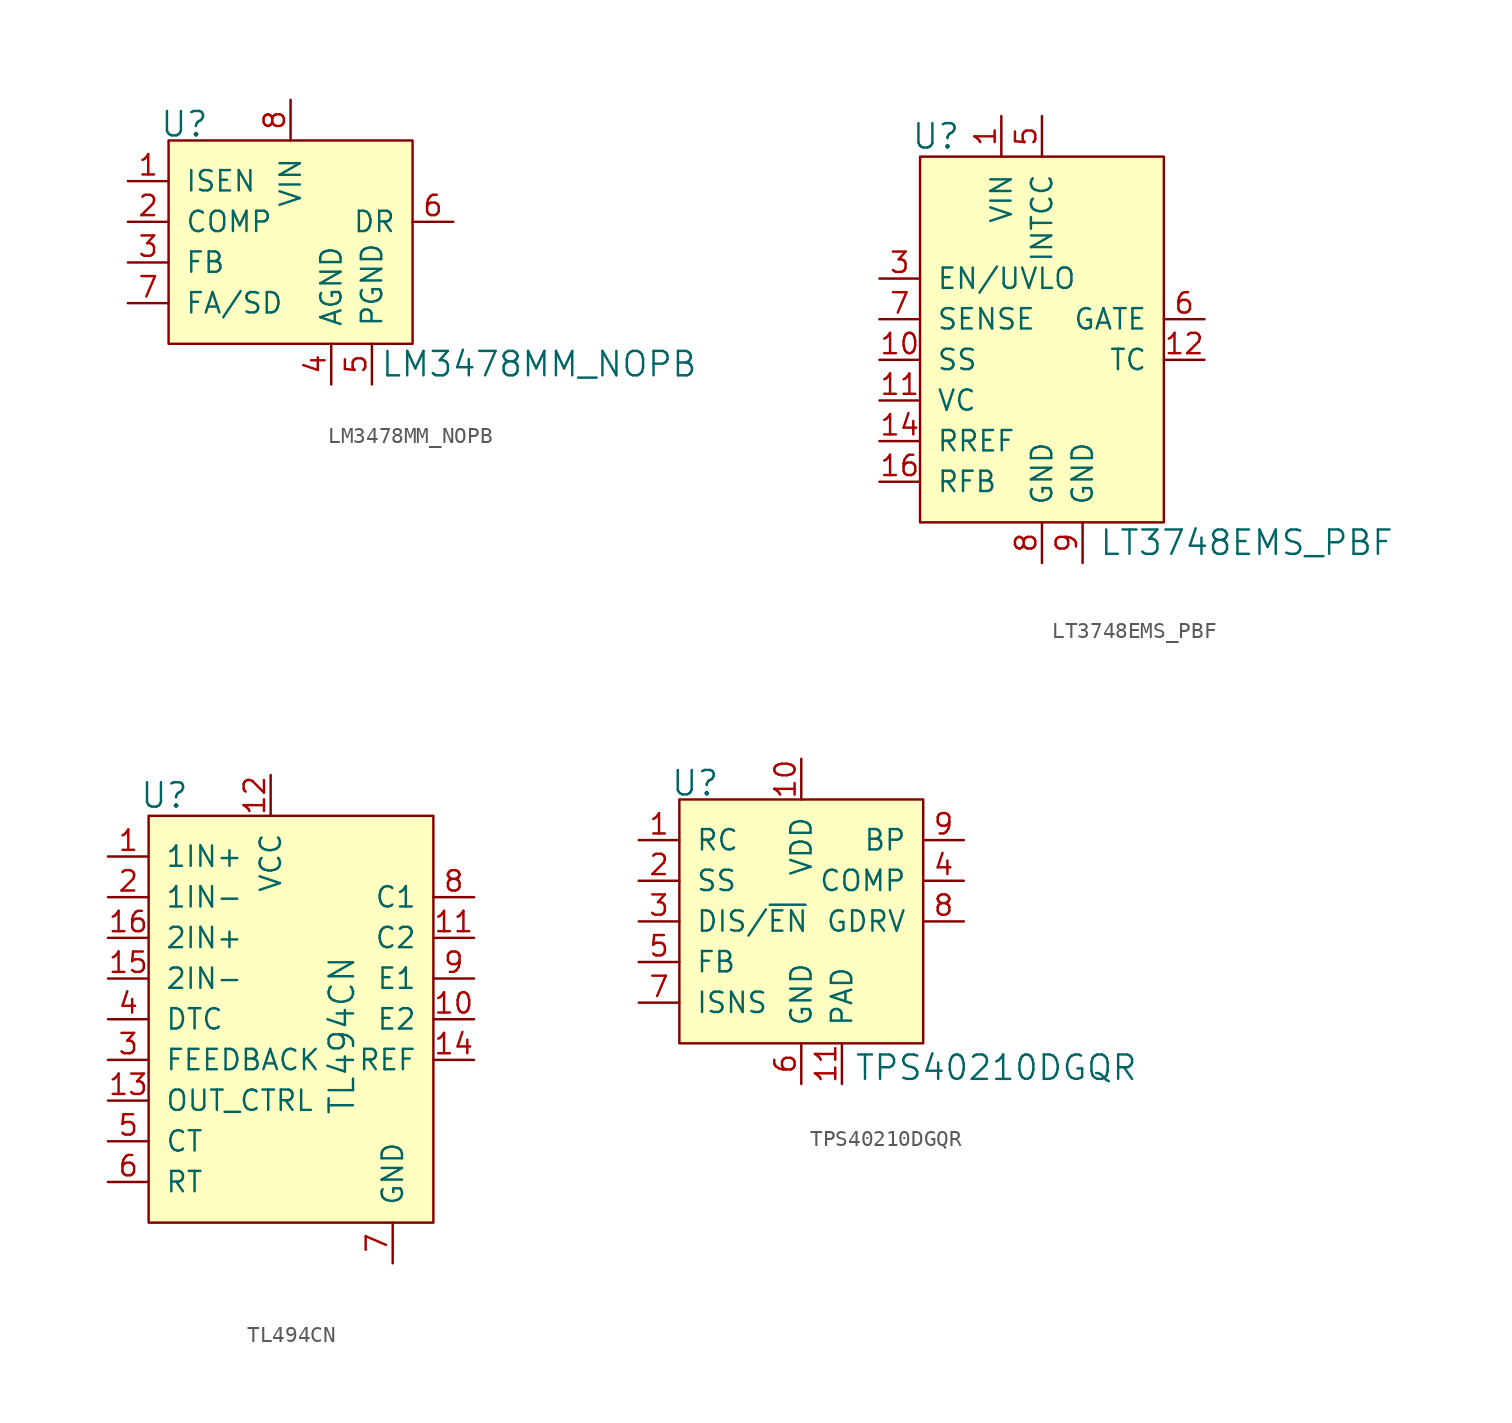
<source format=kicad_sym>
(kicad_symbol_lib
  (version 20211014)
  (generator kicad_symbol_editor)
  (symbol "LM3478MM_NOPB"
    (pin_names
      (offset 1.016))
    (property "Reference" "U"
      (at -5.08 6.096 0)
      (effects (font (size 1.524 1.524)) (justify right)))
    (property "Value" "LM3478MM_NOPB"
      (at 5.588 -8.89 0)
      (effects (font (size 1.524 1.524)) (justify left)))
    (symbol "LM3478MM_NOPB_0_1"
      (rectangle (start -7.62 5.08) (end 7.62 -7.62) (stroke (width 0) (type default) (color 0 0 0 0)) (fill (type background))))
    (symbol "LM3478MM_NOPB_1_1"
      (pin input line (at -10.16 2.54 0) (length 2.54) (name "ISEN" (effects (font (size 1.27 1.27)))) (number "1" (effects (font (size 1.27 1.27)))))
      (pin passive line (at -10.16 0 0) (length 2.54) (name "COMP" (effects (font (size 1.27 1.27)))) (number "2" (effects (font (size 1.27 1.27)))))
      (pin input line (at -10.16 -2.54 0) (length 2.54) (name "FB" (effects (font (size 1.27 1.27)))) (number "3" (effects (font (size 1.27 1.27)))))
      (pin power_in line (at 2.54 -10.16 90) (length 2.54) (name "AGND" (effects (font (size 1.27 1.27)))) (number "4" (effects (font (size 1.27 1.27)))))
      (pin power_in line (at 5.08 -10.16 90) (length 2.54) (name "PGND" (effects (font (size 1.27 1.27)))) (number "5" (effects (font (size 1.27 1.27)))))
      (pin output line (at 10.16 0 180) (length 2.54) (name "DR" (effects (font (size 1.27 1.27)))) (number "6" (effects (font (size 1.27 1.27)))))
      (pin passive line (at -10.16 -5.08 0) (length 2.54) (name "FA/SD" (effects (font (size 1.27 1.27)))) (number "7" (effects (font (size 1.27 1.27)))))
      (pin power_in line (at 0 7.62 270) (length 2.54) (name "VIN" (effects (font (size 1.27 1.27)))) (number "8" (effects (font (size 1.27 1.27)))))))
  (symbol "LT3748EMS_PBF"
    (pin_names
      (offset 1.016))
    (property "Reference" "U"
      (at -5.08 3.81 0)
      (effects (font (size 1.524 1.524)) (justify right)))
    (property "Value" "LT3748EMS_PBF"
      (at 3.556 -21.59 0)
      (effects (font (size 1.524 1.524)) (justify left)))
    (symbol "LT3748EMS_PBF_0_1"
      (rectangle (start -7.62 2.54) (end 7.62 -20.32) (stroke (width 0) (type default) (color 0 0 0 0)) (fill (type background))))
    (symbol "LT3748EMS_PBF_1_1"
      (pin power_in line (at -2.54 5.08 270) (length 2.54) (name "VIN" (effects (font (size 1.27 1.27)))) (number "1" (effects (font (size 1.27 1.27)))))
      (pin input line (at -10.16 -10.16 0) (length 2.54) (name "SS" (effects (font (size 1.27 1.27)))) (number "10" (effects (font (size 1.27 1.27)))))
      (pin passive line (at -10.16 -12.7 0) (length 2.54) (name "VC" (effects (font (size 1.27 1.27)))) (number "11" (effects (font (size 1.27 1.27)))))
      (pin output line (at 10.16 -10.16 180) (length 2.54) (name "TC" (effects (font (size 1.27 1.27)))) (number "12" (effects (font (size 1.27 1.27)))))
      (pin input line (at -10.16 -15.24 0) (length 2.54) (name "RREF" (effects (font (size 1.27 1.27)))) (number "14" (effects (font (size 1.27 1.27)))))
      (pin input line (at -10.16 -17.78 0) (length 2.54) (name "RFB" (effects (font (size 1.27 1.27)))) (number "16" (effects (font (size 1.27 1.27)))))
      (pin input line (at -10.16 -5.08 0) (length 2.54) (name "EN/UVLO" (effects (font (size 1.27 1.27)))) (number "3" (effects (font (size 1.27 1.27)))))
      (pin power_in line (at 0 5.08 270) (length 2.54) (name "INTCC" (effects (font (size 1.27 1.27)))) (number "5" (effects (font (size 1.27 1.27)))))
      (pin output line (at 10.16 -7.62 180) (length 2.54) (name "GATE" (effects (font (size 1.27 1.27)))) (number "6" (effects (font (size 1.27 1.27)))))
      (pin input line (at -10.16 -7.62 0) (length 2.54) (name "SENSE" (effects (font (size 1.27 1.27)))) (number "7" (effects (font (size 1.27 1.27)))))
      (pin power_in line (at 0 -22.86 90) (length 2.54) (name "GND" (effects (font (size 1.27 1.27)))) (number "8" (effects (font (size 1.27 1.27)))))
      (pin power_in line (at 2.54 -22.86 90) (length 2.54) (name "GND" (effects (font (size 1.27 1.27)))) (number "9" (effects (font (size 1.27 1.27)))))))
  (symbol "TL494CN"
    (pin_names
      (offset 1.016))
    (property "Reference" "U"
      (at -5.08 8.89 0)
      (effects (font (size 1.524 1.524)) (justify right)))
    (property "Value" "TL494CN"
      (at 4.445 -6.096 90)
      (effects (font (size 1.524 1.524))))
    (symbol "TL494CN_0_1"
      (rectangle (start -7.62 7.62) (end 10.16 -17.78) (stroke (width 0) (type default) (color 0 0 0 0)) (fill (type background))))
    (symbol "TL494CN_1_1"
      (pin input line (at -10.16 5.08 0) (length 2.54) (name "1IN+" (effects (font (size 1.27 1.27)))) (number "1" (effects (font (size 1.27 1.27)))))
      (pin output line (at 12.7 -5.08 180) (length 2.54) (name "E2" (effects (font (size 1.27 1.27)))) (number "10" (effects (font (size 1.27 1.27)))))
      (pin output line (at 12.7 0 180) (length 2.54) (name "C2" (effects (font (size 1.27 1.27)))) (number "11" (effects (font (size 1.27 1.27)))))
      (pin power_in line (at 0 10.16 270) (length 2.54) (name "VCC" (effects (font (size 1.27 1.27)))) (number "12" (effects (font (size 1.27 1.27)))))
      (pin input line (at -10.16 -10.16 0) (length 2.54) (name "OUT_CTRL" (effects (font (size 1.27 1.27)))) (number "13" (effects (font (size 1.27 1.27)))))
      (pin output line (at 12.7 -7.62 180) (length 2.54) (name "REF" (effects (font (size 1.27 1.27)))) (number "14" (effects (font (size 1.27 1.27)))))
      (pin input line (at -10.16 -2.54 0) (length 2.54) (name "2IN-" (effects (font (size 1.27 1.27)))) (number "15" (effects (font (size 1.27 1.27)))))
      (pin input line (at -10.16 0 0) (length 2.54) (name "2IN+" (effects (font (size 1.27 1.27)))) (number "16" (effects (font (size 1.27 1.27)))))
      (pin input line (at -10.16 2.54 0) (length 2.54) (name "1IN-" (effects (font (size 1.27 1.27)))) (number "2" (effects (font (size 1.27 1.27)))))
      (pin input line (at -10.16 -7.62 0) (length 2.54) (name "FEEDBACK" (effects (font (size 1.27 1.27)))) (number "3" (effects (font (size 1.27 1.27)))))
      (pin input line (at -10.16 -5.08 0) (length 2.54) (name "DTC" (effects (font (size 1.27 1.27)))) (number "4" (effects (font (size 1.27 1.27)))))
      (pin passive line (at -10.16 -12.7 0) (length 2.54) (name "CT" (effects (font (size 1.27 1.27)))) (number "5" (effects (font (size 1.27 1.27)))))
      (pin passive line (at -10.16 -15.24 0) (length 2.54) (name "RT" (effects (font (size 1.27 1.27)))) (number "6" (effects (font (size 1.27 1.27)))))
      (pin power_in line (at 7.62 -20.32 90) (length 2.54) (name "GND" (effects (font (size 1.27 1.27)))) (number "7" (effects (font (size 1.27 1.27)))))
      (pin output line (at 12.7 2.54 180) (length 2.54) (name "C1" (effects (font (size 1.27 1.27)))) (number "8" (effects (font (size 1.27 1.27)))))
      (pin output line (at 12.7 -2.54 180) (length 2.54) (name "E1" (effects (font (size 1.27 1.27)))) (number "9" (effects (font (size 1.27 1.27)))))))
  (symbol "TPS40210DGQR"
    (pin_names
      (offset 1.016))
    (property "Reference" "U"
      (at -5.08 3.556 0)
      (effects (font (size 1.524 1.524)) (justify right)))
    (property "Value" "TPS40210DGQR"
      (at 3.302 -14.224 0)
      (effects (font (size 1.524 1.524)) (justify left)))
    (symbol "TPS40210DGQR_0_1"
      (rectangle (start -7.62 2.54) (end 7.62 -12.7) (stroke (width 0) (type default) (color 0 0 0 0)) (fill (type background))))
    (symbol "TPS40210DGQR_1_1"
      (pin passive line (at -10.16 0 0) (length 2.54) (name "RC" (effects (font (size 1.27 1.27)))) (number "1" (effects (font (size 1.27 1.27)))))
      (pin power_in line (at 0 5.08 270) (length 2.54) (name "VDD" (effects (font (size 1.27 1.27)))) (number "10" (effects (font (size 1.27 1.27)))))
      (pin passive line (at 2.54 -15.24 90) (length 2.54) (name "PAD" (effects (font (size 1.27 1.27)))) (number "11" (effects (font (size 1.27 1.27)))))
      (pin input line (at -10.16 -2.54 0) (length 2.54) (name "SS" (effects (font (size 1.27 1.27)))) (number "2" (effects (font (size 1.27 1.27)))))
      (pin input line (at -10.16 -5.08 0) (length 2.54) (name "DIS/~{EN}" (effects (font (size 1.27 1.27)))) (number "3" (effects (font (size 1.27 1.27)))))
      (pin output line (at 10.16 -2.54 180) (length 2.54) (name "COMP" (effects (font (size 1.27 1.27)))) (number "4" (effects (font (size 1.27 1.27)))))
      (pin input line (at -10.16 -7.62 0) (length 2.54) (name "FB" (effects (font (size 1.27 1.27)))) (number "5" (effects (font (size 1.27 1.27)))))
      (pin power_in line (at 0 -15.24 90) (length 2.54) (name "GND" (effects (font (size 1.27 1.27)))) (number "6" (effects (font (size 1.27 1.27)))))
      (pin input line (at -10.16 -10.16 0) (length 2.54) (name "ISNS" (effects (font (size 1.27 1.27)))) (number "7" (effects (font (size 1.27 1.27)))))
      (pin output line (at 10.16 -5.08 180) (length 2.54) (name "GDRV" (effects (font (size 1.27 1.27)))) (number "8" (effects (font (size 1.27 1.27)))))
      (pin output line (at 10.16 0 180) (length 2.54) (name "BP" (effects (font (size 1.27 1.27)))) (number "9" (effects (font (size 1.27 1.27))))))))
</source>
